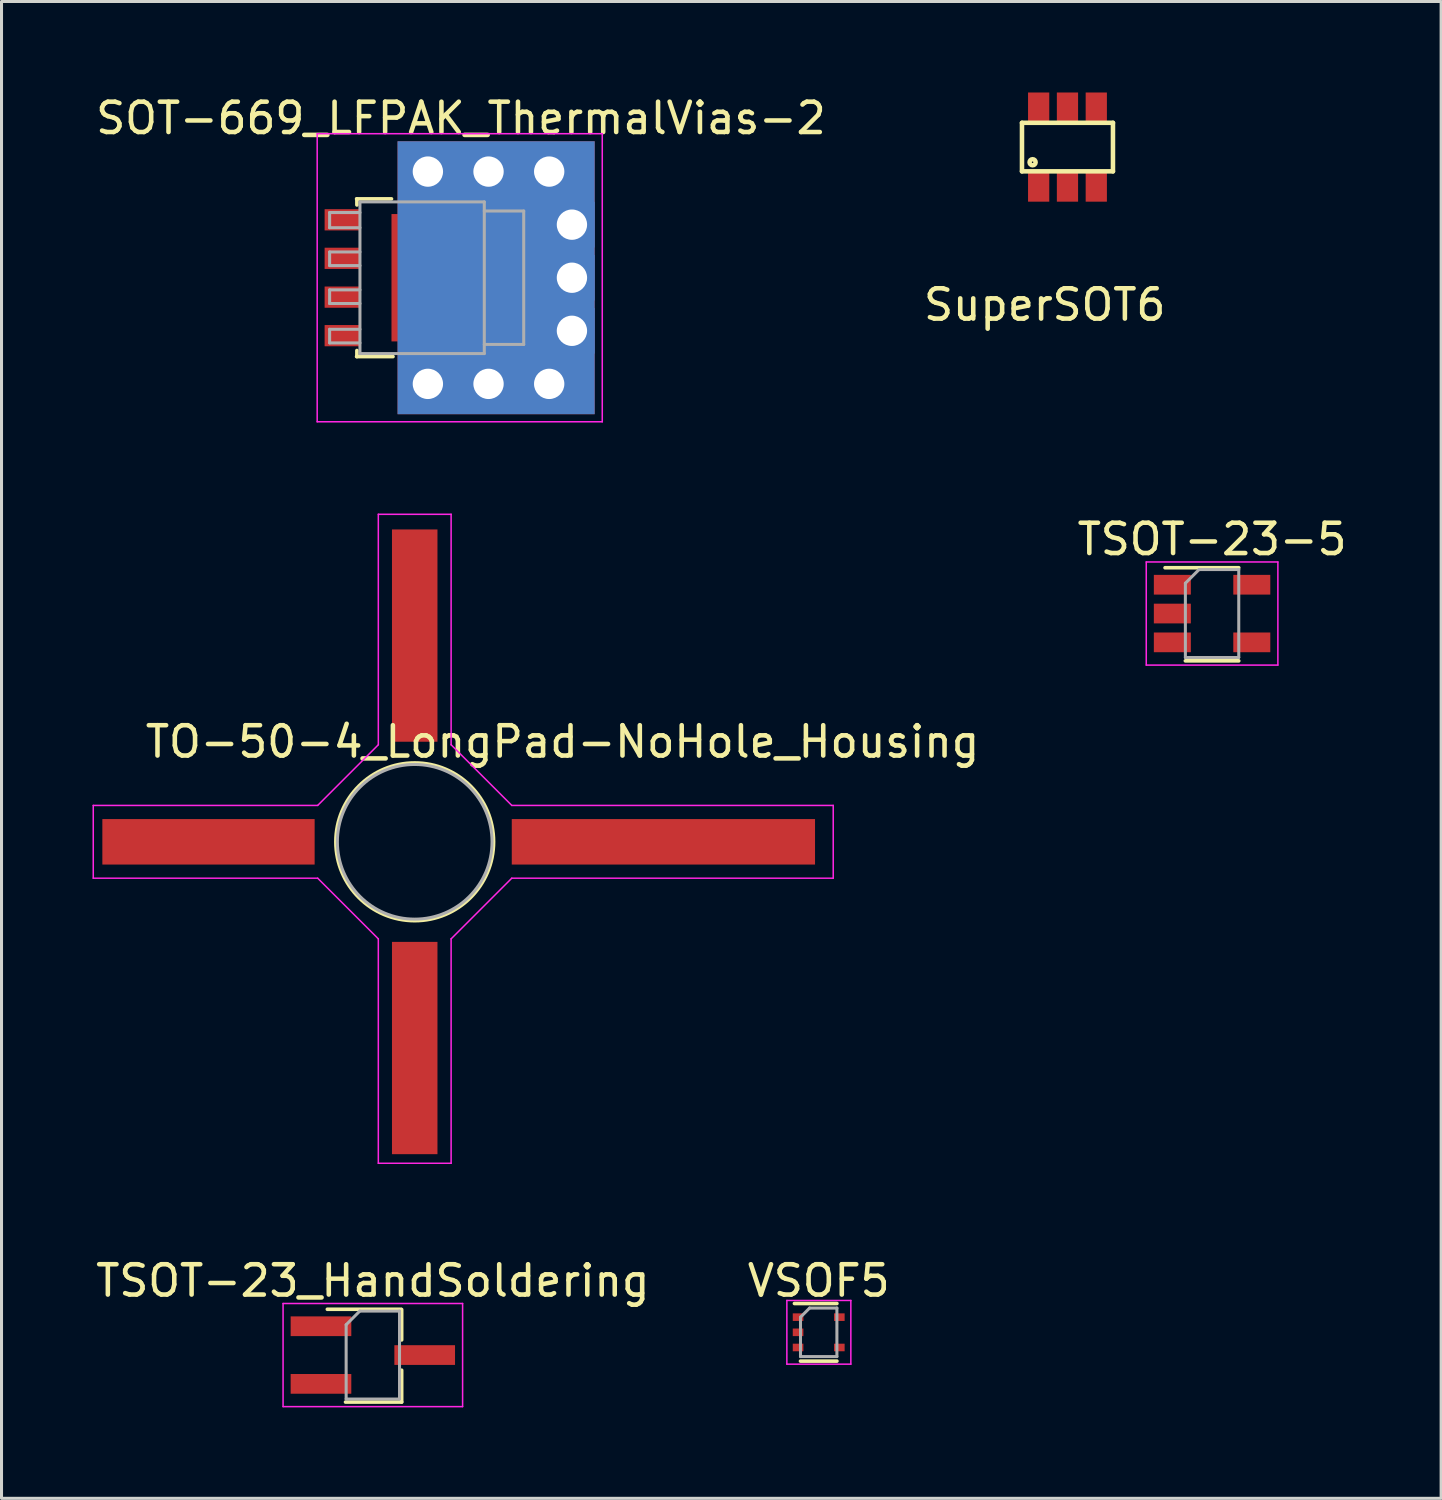
<source format=kicad_pcb>
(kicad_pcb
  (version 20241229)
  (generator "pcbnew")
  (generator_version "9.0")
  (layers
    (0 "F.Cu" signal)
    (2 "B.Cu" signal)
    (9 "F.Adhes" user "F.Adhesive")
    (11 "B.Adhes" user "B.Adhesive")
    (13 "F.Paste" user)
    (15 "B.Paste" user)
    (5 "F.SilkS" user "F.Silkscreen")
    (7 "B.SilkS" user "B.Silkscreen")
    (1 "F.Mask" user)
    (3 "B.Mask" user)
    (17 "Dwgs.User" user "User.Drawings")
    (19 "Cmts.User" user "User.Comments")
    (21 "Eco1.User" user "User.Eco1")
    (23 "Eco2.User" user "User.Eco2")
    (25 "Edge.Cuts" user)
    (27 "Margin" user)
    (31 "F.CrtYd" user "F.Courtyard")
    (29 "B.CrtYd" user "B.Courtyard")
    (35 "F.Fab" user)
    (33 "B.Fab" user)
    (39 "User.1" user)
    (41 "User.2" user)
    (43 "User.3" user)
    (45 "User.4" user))
  (footprint "TO-50-4_LongPad-NoHole_Housing"
    (layer "F.Cu")
    (at 11.325 24.708)
    (property "Reference" "TO-50-4_LongPad-NoHole_Housing" (at 4.175 -3.3 0) (layer "F.SilkS") (effects (font (size 1 1) (thickness 0.15))))
    (attr smd)
    (fp_circle (center -0.7 0) (end -0.7 -2.6) (stroke (width 0.12) (type solid)) (fill no) (layer "F.SilkS"))
    (fp_line (start -11.3 -1.2) (end -3.9 -1.2) (stroke (width 0.05) (type solid)) (layer "F.CrtYd"))
    (fp_line (start -11.3 1.2) (end -11.3 -1.2) (stroke (width 0.05) (type solid)) (layer "F.CrtYd"))
    (fp_line (start -3.9 -1.2) (end -1.9 -3.2) (stroke (width 0.05) (type solid)) (layer "F.CrtYd"))
    (fp_line (start -3.9 1.2) (end -11.3 1.2) (stroke (width 0.05) (type solid)) (layer "F.CrtYd"))
    (fp_line (start -1.9 -10.8) (end 0.5 -10.8) (stroke (width 0.05) (type solid)) (layer "F.CrtYd"))
    (fp_line (start -1.9 -3.2) (end -1.9 -10.8) (stroke (width 0.05) (type solid)) (layer "F.CrtYd"))
    (fp_line (start -1.9 3.2) (end -3.9 1.2) (stroke (width 0.05) (type solid)) (layer "F.CrtYd"))
    (fp_line (start -1.9 10.6) (end -1.9 3.2) (stroke (width 0.05) (type solid)) (layer "F.CrtYd"))
    (fp_line (start 0.5 -10.8) (end 0.5 -3.2) (stroke (width 0.05) (type solid)) (layer "F.CrtYd"))
    (fp_line (start 0.5 -3.2) (end 2.5 -1.2) (stroke (width 0.05) (type solid)) (layer "F.CrtYd"))
    (fp_line (start 0.5 3.2) (end 0.5 10.6) (stroke (width 0.05) (type solid)) (layer "F.CrtYd"))
    (fp_line (start 0.5 10.6) (end -1.9 10.6) (stroke (width 0.05) (type solid)) (layer "F.CrtYd"))
    (fp_line (start 2.5 -1.2) (end 13.1 -1.2) (stroke (width 0.05) (type solid)) (layer "F.CrtYd"))
    (fp_line (start 2.5 1.2) (end 0.5 3.2) (stroke (width 0.05) (type solid)) (layer "F.CrtYd"))
    (fp_line (start 13.1 -1.2) (end 13.1 1.2) (stroke (width 0.05) (type solid)) (layer "F.CrtYd"))
    (fp_line (start 13.1 1.2) (end 2.5 1.2) (stroke (width 0.05) (type solid)) (layer "F.CrtYd"))
    (fp_circle (center -0.7 0) (end -0.65 -2.55) (stroke (width 0.1) (type solid)) (fill no) (layer "F.Fab"))
    (pad "1" smd rect (at -7.5 0 270) (size 1.5 7) (layers "F.Cu" "F.Mask" "F.Paste"))
    (pad "2" smd rect (at -0.7 6.8 270) (size 7 1.5) (layers "F.Cu" "F.Mask" "F.Paste"))
    (pad "3" smd rect (at 7.5 0 270) (size 1.5 10) (layers "F.Cu" "F.Mask" "F.Paste"))
    (pad "4" smd rect (at -0.7 -6.8 270) (size 7 1.5) (layers "F.Cu" "F.Mask" "F.Paste")))
  (footprint "VSOF5"
    (layer "F.Cu")
    (at 23.946 40.882)
    (property "Reference" "VSOF5" (at 0 -1.7 0) (layer "F.SilkS") (effects (font (size 1 1) (thickness 0.15))))
    (attr smd)
    (fp_line (start -0.8 -0.95) (end 0.6 -0.95) (stroke (width 0.12) (type solid)) (layer "F.SilkS"))
    (fp_line (start -0.6 0.95) (end 0.6 0.95) (stroke (width 0.12) (type solid)) (layer "F.SilkS"))
    (fp_line (start -1.05 -1.05) (end -1.05 1.05) (stroke (width 0.05) (type solid)) (layer "F.CrtYd"))
    (fp_line (start -1.05 -1.05) (end 1.06 -1.05) (stroke (width 0.05) (type solid)) (layer "F.CrtYd"))
    (fp_line (start 1.06 1.05) (end -1.05 1.05) (stroke (width 0.05) (type solid)) (layer "F.CrtYd"))
    (fp_line (start 1.06 1.05) (end 1.06 -1.05) (stroke (width 0.05) (type solid)) (layer "F.CrtYd"))
    (fp_line (start -0.6 -0.5) (end -0.3 -0.8) (stroke (width 0.1) (type solid)) (layer "F.Fab"))
    (fp_line (start -0.6 0.8) (end -0.6 -0.5) (stroke (width 0.1) (type solid)) (layer "F.Fab"))
    (fp_line (start -0.3 -0.8) (end 0.6 -0.8) (stroke (width 0.1) (type solid)) (layer "F.Fab"))
    (fp_line (start 0.6 -0.8) (end 0.6 0.8) (stroke (width 0.1) (type solid)) (layer "F.Fab"))
    (fp_line (start 0.6 0.8) (end -0.6 0.8) (stroke (width 0.1) (type solid)) (layer "F.Fab"))
    (pad "1" smd rect (at -0.68 -0.5 270) (size 0.25 0.35) (layers "F.Cu" "F.Mask" "F.Paste"))
    (pad "2" smd rect (at -0.68 0 270) (size 0.25 0.35) (layers "F.Cu" "F.Mask" "F.Paste"))
    (pad "3" smd rect (at -0.68 0.5 270) (size 0.25 0.35) (layers "F.Cu" "F.Mask" "F.Paste"))
    (pad "4" smd rect (at 0.68 0.5 270) (size 0.25 0.35) (layers "F.Cu" "F.Mask" "F.Paste"))
    (pad "5" smd rect (at 0.68 -0.5 270) (size 0.25 0.35) (layers "F.Cu" "F.Mask" "F.Paste")))
  (footprint "SOT-669_LFPAK_ThermalVias-2"
    (layer "F.Cu")
    (at 12.019 6.108)
    (property "Reference" "SOT-669_LFPAK_ThermalVias-2" (at 0.13 -5.26 0) (layer "F.SilkS") (effects (font (size 1 1) (thickness 0.15))))
    (attr smd)
    (fp_line (start -3.31 -2.6) (end -2.16 -2.6) (stroke (width 0.12) (type solid)) (layer "F.SilkS"))
    (fp_line (start -3.31 2.6) (end -2.11 2.6) (stroke (width 0.12) (type solid)) (layer "F.SilkS"))
    (fp_line (start -3.3 -2.6) (end -3.3 -2.4) (stroke (width 0.12) (type solid)) (layer "F.SilkS"))
    (fp_line (start -3.3 2.4) (end -3.3 2.6) (stroke (width 0.12) (type solid)) (layer "F.SilkS"))
    (fp_line (start -4.61 4.75) (end -4.61 -4.75) (stroke (width 0.05) (type solid)) (layer "F.CrtYd"))
    (fp_line (start -4.61 4.75) (end 4.79 4.75) (stroke (width 0.05) (type solid)) (layer "F.CrtYd"))
    (fp_line (start 4.79 -4.75) (end -4.61 -4.75) (stroke (width 0.05) (type solid)) (layer "F.CrtYd"))
    (fp_line (start 4.79 -4.75) (end 4.79 4.75) (stroke (width 0.05) (type solid)) (layer "F.CrtYd"))
    (fp_line (start -4.2 -2.15) (end -4.2 -1.65) (stroke (width 0.1) (type solid)) (layer "F.Fab"))
    (fp_line (start -4.2 -2.15) (end -3.2 -2.15) (stroke (width 0.1) (type solid)) (layer "F.Fab"))
    (fp_line (start -4.2 -1.65) (end -3.2 -1.65) (stroke (width 0.1) (type solid)) (layer "F.Fab"))
    (fp_line (start -4.2 -0.85) (end -4.2 -0.4) (stroke (width 0.1) (type solid)) (layer "F.Fab"))
    (fp_line (start -4.2 -0.4) (end -3.2 -0.4) (stroke (width 0.1) (type solid)) (layer "F.Fab"))
    (fp_line (start -4.2 0.4) (end -4.2 0.85) (stroke (width 0.1) (type solid)) (layer "F.Fab"))
    (fp_line (start -4.2 0.85) (end -3.2 0.85) (stroke (width 0.1) (type solid)) (layer "F.Fab"))
    (fp_line (start -4.2 1.7) (end -4.2 2.15) (stroke (width 0.1) (type solid)) (layer "F.Fab"))
    (fp_line (start -4.2 2.15) (end -3.2 2.15) (stroke (width 0.1) (type solid)) (layer "F.Fab"))
    (fp_line (start -3.2 -2.5) (end -3.2 2.5) (stroke (width 0.1) (type solid)) (layer "F.Fab"))
    (fp_line (start -3.2 -0.85) (end -4.2 -0.85) (stroke (width 0.1) (type solid)) (layer "F.Fab"))
    (fp_line (start -3.2 0.4) (end -4.2 0.4) (stroke (width 0.1) (type solid)) (layer "F.Fab"))
    (fp_line (start -3.2 1.7) (end -4.2 1.7) (stroke (width 0.1) (type solid)) (layer "F.Fab"))
    (fp_line (start -3.2 2.5) (end 0.9 2.5) (stroke (width 0.1) (type solid)) (layer "F.Fab"))
    (fp_line (start 0.9 -2.5) (end -3.2 -2.5) (stroke (width 0.1) (type solid)) (layer "F.Fab"))
    (fp_line (start 0.9 2.5) (end 0.9 -2.5) (stroke (width 0.1) (type solid)) (layer "F.Fab"))
    (fp_line (start 2.2 -2.2) (end 0.9 -2.2) (stroke (width 0.1) (type solid)) (layer "F.Fab"))
    (fp_line (start 2.2 -2.2) (end 2.2 2.2) (stroke (width 0.1) (type solid)) (layer "F.Fab"))
    (fp_line (start 2.2 2.2) (end 0.9 2.2) (stroke (width 0.1) (type solid)) (layer "F.Fab"))
    (pad "" smd rect (at -1.61 -1.15) (size 0.6 0.9) (layers "F.Paste"))
    (pad "" smd rect (at -1.61 0) (size 0.6 0.9) (layers "F.Paste"))
    (pad "" smd rect (at -1.61 1.15) (size 0.6 0.9) (layers "F.Paste"))
    (pad "" smd rect (at -0.76 -1.15) (size 0.6 0.9) (layers "F.Paste"))
    (pad "" smd rect (at -0.76 0) (size 0.6 0.9) (layers "F.Paste"))
    (pad "" smd rect (at -0.76 1.15) (size 0.6 0.9) (layers "F.Paste"))
    (pad "" smd rect (at 0.09 -1.15) (size 0.6 0.9) (layers "F.Paste"))
    (pad "" smd rect (at 0.09 0) (size 0.6 0.9) (layers "F.Paste"))
    (pad "" smd rect (at 0.09 1.15) (size 0.6 0.9) (layers "F.Paste"))
    (pad "" smd rect (at 1.94 -1.88 270) (size 0.6 0.9) (layers "F.Paste"))
    (pad "" smd rect (at 1.94 -0.6 270) (size 0.6 0.9) (layers "F.Paste"))
    (pad "" smd rect (at 1.94 0.6 270) (size 0.6 0.9) (layers "F.Paste"))
    (pad "" smd rect (at 1.94 1.88 270) (size 0.6 0.9) (layers "F.Paste"))
    (pad "1" smd rect (at -3.79 -1.91 270) (size 0.7 1.15) (layers "F.Cu" "F.Mask" "F.Paste"))
    (pad "2" smd rect (at -3.79 -0.64 270) (size 0.7 1.15) (layers "F.Cu" "F.Mask" "F.Paste"))
    (pad "3" smd rect (at -3.79 0.64 270) (size 0.7 1.15) (layers "F.Cu" "F.Mask" "F.Paste"))
    (pad "4" smd rect (at -3.79 1.91 270) (size 0.7 1.15) (layers "F.Cu" "F.Mask" "F.Paste"))
    (pad "5" thru_hole rect (at -0.96 -3.5 270) (size 1.5 1.5) (drill 1) (layers "*.Cu"))
    (pad "5" thru_hole rect (at -0.96 3.5 270) (size 1.5 1.5) (drill 1) (layers "*.Cu"))
    (pad "5" smd rect (at -0.51 0 270) (size 4.2 3.3) (layers "F.Cu" "F.Mask"))
    (pad "5" thru_hole rect (at 1.04 -3.5 270) (size 1.5 1.5) (drill 1) (layers "*.Cu"))
    (pad "5" thru_hole rect (at 1.04 3.5 270) (size 1.5 1.5) (drill 1) (layers "*.Cu"))
    (pad "5" smd rect (at 1.29 0 270) (size 9 6.5) (layers "F.Cu"))
    (pad "5" smd rect (at 1.29 0 270) (size 9 6.5) (layers "B.Cu"))
    (pad "5" smd rect (at 1.69 0 270) (size 4.7 1.55) (layers "F.Cu" "F.Mask"))
    (pad "5" thru_hole rect (at 3.04 -3.5 270) (size 1.5 1.5) (drill 1) (layers "*.Cu"))
    (pad "5" thru_hole rect (at 3.04 3.5 270) (size 1.5 1.5) (drill 1) (layers "*.Cu"))
    (pad "5" thru_hole rect (at 3.79 -1.75 270) (size 1.5 1.5) (drill 1) (layers "*.Cu"))
    (pad "5" thru_hole rect (at 3.79 0 270) (size 1.5 1.5) (drill 1) (layers "*.Cu"))
    (pad "5" thru_hole rect (at 3.79 1.75 270) (size 1.5 1.5) (drill 1) (layers "*.Cu")))
  (footprint "TSOT-23_HandSoldering"
    (layer "F.Cu")
    (at 9.244 41.632)
    (property "Reference" "TSOT-23_HandSoldering" (at 0 -2.45 0) (layer "F.SilkS") (effects (font (size 1 1) (thickness 0.15))))
    (attr smd)
    (fp_line (start 0.93 -1.51) (end -1.5 -1.51) (stroke (width 0.12) (type solid)) (layer "F.SilkS"))
    (fp_line (start 0.95 -1.5) (end 0.95 -0.5) (stroke (width 0.12) (type solid)) (layer "F.SilkS"))
    (fp_line (start 0.95 0.5) (end 0.95 1.55) (stroke (width 0.12) (type solid)) (layer "F.SilkS"))
    (fp_line (start 0.95 1.55) (end -0.9 1.55) (stroke (width 0.12) (type solid)) (layer "F.SilkS"))
    (fp_line (start -2.96 -1.7) (end -2.96 1.7) (stroke (width 0.05) (type solid)) (layer "F.CrtYd"))
    (fp_line (start -2.96 -1.7) (end 2.96 -1.7) (stroke (width 0.05) (type solid)) (layer "F.CrtYd"))
    (fp_line (start 2.96 1.7) (end -2.96 1.7) (stroke (width 0.05) (type solid)) (layer "F.CrtYd"))
    (fp_line (start 2.96 1.7) (end 2.96 -1.7) (stroke (width 0.05) (type solid)) (layer "F.CrtYd"))
    (fp_line (start -0.88 -1) (end -0.88 1.45) (stroke (width 0.1) (type solid)) (layer "F.Fab"))
    (fp_line (start -0.88 -1) (end -0.43 -1.45) (stroke (width 0.1) (type solid)) (layer "F.Fab"))
    (fp_line (start 0.88 -1.45) (end -0.43 -1.45) (stroke (width 0.1) (type solid)) (layer "F.Fab"))
    (fp_line (start 0.88 -1.45) (end 0.88 1.45) (stroke (width 0.1) (type solid)) (layer "F.Fab"))
    (fp_line (start 0.88 1.45) (end -0.88 1.45) (stroke (width 0.1) (type solid)) (layer "F.Fab"))
    (pad "1" smd rect (at -1.71 -0.95) (size 2 0.65) (layers "F.Cu" "F.Mask" "F.Paste"))
    (pad "2" smd rect (at -1.71 0.95) (size 2 0.65) (layers "F.Cu" "F.Mask" "F.Paste"))
    (pad "3" smd rect (at 1.71 0) (size 2 0.65) (layers "F.Cu" "F.Mask" "F.Paste")))
  (footprint "TSOT-23-5"
    (layer "F.Cu")
    (at 36.917 17.181)
    (property "Reference" "TSOT-23-5" (at 0 -2.45 0) (layer "F.SilkS") (effects (font (size 1 1) (thickness 0.15))))
    (attr smd)
    (fp_line (start -0.88 1.56) (end 0.88 1.56) (stroke (width 0.12) (type solid)) (layer "F.SilkS"))
    (fp_line (start 0.88 -1.51) (end -1.55 -1.51) (stroke (width 0.12) (type solid)) (layer "F.SilkS"))
    (fp_line (start -2.17 -1.7) (end -2.17 1.7) (stroke (width 0.05) (type solid)) (layer "F.CrtYd"))
    (fp_line (start -2.17 -1.7) (end 2.17 -1.7) (stroke (width 0.05) (type solid)) (layer "F.CrtYd"))
    (fp_line (start 2.17 1.7) (end -2.17 1.7) (stroke (width 0.05) (type solid)) (layer "F.CrtYd"))
    (fp_line (start 2.17 1.7) (end 2.17 -1.7) (stroke (width 0.05) (type solid)) (layer "F.CrtYd"))
    (fp_line (start -0.88 -1) (end -0.88 1.45) (stroke (width 0.1) (type solid)) (layer "F.Fab"))
    (fp_line (start -0.88 -1) (end -0.43 -1.45) (stroke (width 0.1) (type solid)) (layer "F.Fab"))
    (fp_line (start 0.88 -1.45) (end -0.43 -1.45) (stroke (width 0.1) (type solid)) (layer "F.Fab"))
    (fp_line (start 0.88 -1.45) (end 0.88 1.45) (stroke (width 0.1) (type solid)) (layer "F.Fab"))
    (fp_line (start 0.88 1.45) (end -0.88 1.45) (stroke (width 0.1) (type solid)) (layer "F.Fab"))
    (pad "1" smd rect (at -1.31 -0.95) (size 1.22 0.65) (layers "F.Cu" "F.Mask" "F.Paste"))
    (pad "2" smd rect (at -1.31 0) (size 1.22 0.65) (layers "F.Cu" "F.Mask" "F.Paste"))
    (pad "3" smd rect (at -1.31 0.95) (size 1.22 0.65) (layers "F.Cu" "F.Mask" "F.Paste"))
    (pad "4" smd rect (at 1.31 0.95) (size 1.22 0.65) (layers "F.Cu" "F.Mask" "F.Paste"))
    (pad "5" smd rect (at 1.31 -0.95) (size 1.22 0.65) (layers "F.Cu" "F.Mask" "F.Paste")))
  (footprint "SuperSOT6"
    (layer "F.Cu")
    (at 31.199 3.1)
    (property "Reference" "SuperSOT6" (at 0.2 3.9 0) (layer "F.SilkS") (effects (font (size 1 1) (thickness 0.15))))
    (attr through_hole)
    (fp_line (start -0.55 -2.1) (end 2.45 -2.1) (stroke (width 0.15) (type solid)) (layer "F.SilkS"))
    (fp_line (start -0.55 -0.5) (end -0.55 -2.1) (stroke (width 0.15) (type solid)) (layer "F.SilkS"))
    (fp_line (start 2.45 -2.1) (end 2.45 -0.5) (stroke (width 0.15) (type solid)) (layer "F.SilkS"))
    (fp_line (start 2.45 -0.5) (end -0.55 -0.5) (stroke (width 0.15) (type solid)) (layer "F.SilkS"))
    (fp_circle (center -0.2 -0.8) (end -0.2 -0.9) (stroke (width 0.15) (type solid)) (fill no) (layer "F.SilkS"))
    (pad "1" smd rect (at 0 0) (size 0.7 1) (layers "F.Cu" "F.Mask" "F.Paste"))
    (pad "2" smd rect (at 0.95 0) (size 0.7 1) (layers "F.Cu" "F.Mask" "F.Paste"))
    (pad "3" smd rect (at 1.9 0) (size 0.7 1) (layers "F.Cu" "F.Mask" "F.Paste"))
    (pad "4" smd rect (at 1.9 -2.6) (size 0.7 1) (layers "F.Cu" "F.Mask" "F.Paste"))
    (pad "5" smd rect (at 0.95 -2.6) (size 0.7 1) (layers "F.Cu" "F.Mask" "F.Paste"))
    (pad "6" smd rect (at 0 -2.6) (size 0.7 1) (layers "F.Cu" "F.Mask" "F.Paste")))
  (gr_rect
    (start -3 -3)
    (end 44.47 46.356)
    (stroke (width 0.1) (type default))
    (fill no)
    (layer "Edge.Cuts")))
</source>
